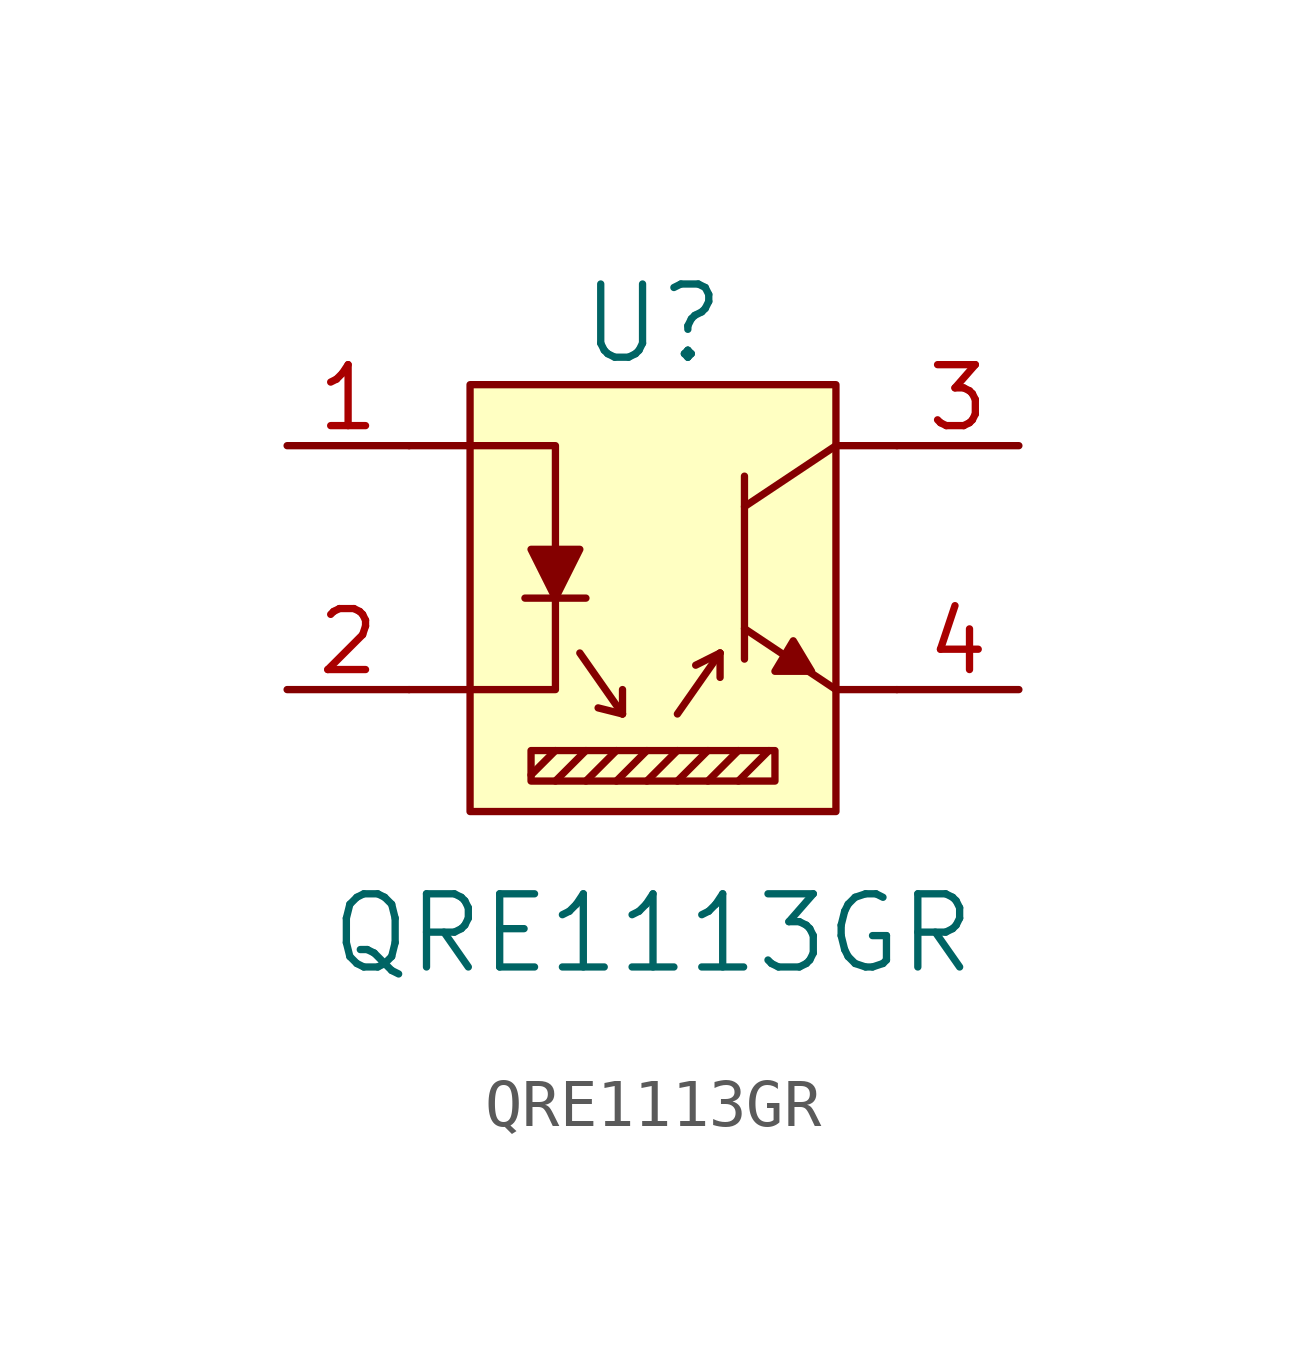
<source format=kicad_sym>
(kicad_symbol_lib
  (version 20231120)
  (generator "kicad_symbol_editor")
  (generator_version "8.0")
  (symbol "QRE1113GR"
    (pin_names
      (offset 0))
    (property "Reference" "U"
      (at 0 5.08 0)
      (effects (font (size 1.524 1.524))))
    (property "Value" "QRE1113GR"
      (at 0 -7.62 0)
      (effects (font (size 1.524 1.524))))
    (symbol "QRE1113GR_0_1"
      (rectangle (start -3.81 3.81) (end 3.81 -5.08) (stroke (width 0) (type solid)) (fill (type background)))
      (rectangle (start -2.54 -3.81) (end 2.54 -4.445) (stroke (width 0) (type solid)) (fill (type none)))
      (polyline (pts (xy -2.667 -0.635) (xy -1.397 -0.635)) (stroke (width 0) (type solid)) (fill (type none)))
      (polyline (pts (xy -2.54 -4.318) (xy -2.032 -3.81)) (stroke (width 0) (type solid)) (fill (type none)))
      (polyline (pts (xy -2.032 -4.445) (xy -1.397 -3.81)) (stroke (width 0) (type solid)) (fill (type none)))
      (polyline (pts (xy -1.524 -1.778) (xy -0.635 -3.048)) (stroke (width 0) (type solid)) (fill (type none)))
      (polyline (pts (xy -1.397 -4.445) (xy -0.762 -3.81)) (stroke (width 0) (type solid)) (fill (type none)))
      (polyline (pts (xy -0.762 -4.445) (xy -0.127 -3.81)) (stroke (width 0) (type solid)) (fill (type none)))
      (polyline (pts (xy -0.635 -3.048) (xy -1.143 -2.921)) (stroke (width 0) (type solid)) (fill (type none)))
      (polyline (pts (xy -0.635 -3.048) (xy -0.635 -2.54)) (stroke (width 0) (type solid)) (fill (type none)))
      (polyline (pts (xy -0.127 -4.445) (xy 0.508 -3.81)) (stroke (width 0) (type solid)) (fill (type none)))
      (polyline (pts (xy 0.508 -4.445) (xy 1.143 -3.81)) (stroke (width 0) (type solid)) (fill (type none)))
      (polyline (pts (xy 0.508 -3.048) (xy 1.397 -1.778)) (stroke (width 0) (type solid)) (fill (type none)))
      (polyline (pts (xy 1.143 -4.445) (xy 1.778 -3.81)) (stroke (width 0) (type solid)) (fill (type none)))
      (polyline (pts (xy 1.397 -1.778) (xy 0.889 -2.032)) (stroke (width 0) (type solid)) (fill (type none)))
      (polyline (pts (xy 1.397 -1.778) (xy 1.397 -2.286)) (stroke (width 0) (type solid)) (fill (type none)))
      (polyline (pts (xy 1.778 -4.445) (xy 2.413 -3.81)) (stroke (width 0) (type solid)) (fill (type none)))
      (polyline (pts (xy 1.905 -1.27) (xy 3.81 -2.54)) (stroke (width 0) (type solid)) (fill (type none)))
      (polyline (pts (xy 1.905 1.905) (xy 1.905 -1.905)) (stroke (width 0) (type solid)) (fill (type none)))
      (polyline (pts (xy 3.81 -2.54) (xy 5.08 -2.54)) (stroke (width 0) (type solid)) (fill (type none)))
      (polyline (pts (xy 3.81 2.54) (xy 1.905 1.27)) (stroke (width 0) (type solid)) (fill (type none)))
      (polyline (pts (xy 3.81 2.54) (xy 5.08 2.54)) (stroke (width 0) (type solid)) (fill (type none)))
      (polyline (pts (xy -5.08 2.54) (xy -2.032 2.54) (xy -2.032 0.381)) (stroke (width 0) (type solid)) (fill (type none)))
      (polyline (pts (xy -2.032 -0.635) (xy -2.032 -2.54) (xy -5.08 -2.54)) (stroke (width 0) (type solid)) (fill (type none)))
      (polyline (pts (xy -2.54 0.381) (xy -1.524 0.381) (xy -2.032 -0.635) (xy -2.54 0.381)) (stroke (width 0) (type solid)) (fill (type outline)))
      (polyline (pts (xy 2.921 -1.524) (xy 2.54 -2.159) (xy 3.302 -2.159) (xy 2.921 -1.524)) (stroke (width 0) (type solid)) (fill (type outline))))
    (symbol "QRE1113GR_1_1"
      (pin passive line (at -7.62 2.54 0) (length 2.54) (name "~" (effects (font (size 1.27 1.27)))) (number "1" (effects (font (size 1.27 1.27)))))
      (pin passive line (at -7.62 -2.54 0) (length 2.54) (name "~" (effects (font (size 1.27 1.27)))) (number "2" (effects (font (size 1.27 1.27)))))
      (pin passive line (at 7.62 2.54 180) (length 2.54) (name "~" (effects (font (size 1.27 1.27)))) (number "3" (effects (font (size 1.27 1.27)))))
      (pin passive line (at 7.62 -2.54 180) (length 2.54) (name "~" (effects (font (size 1.27 1.27)))) (number "4" (effects (font (size 1.27 1.27))))))))
</source>
